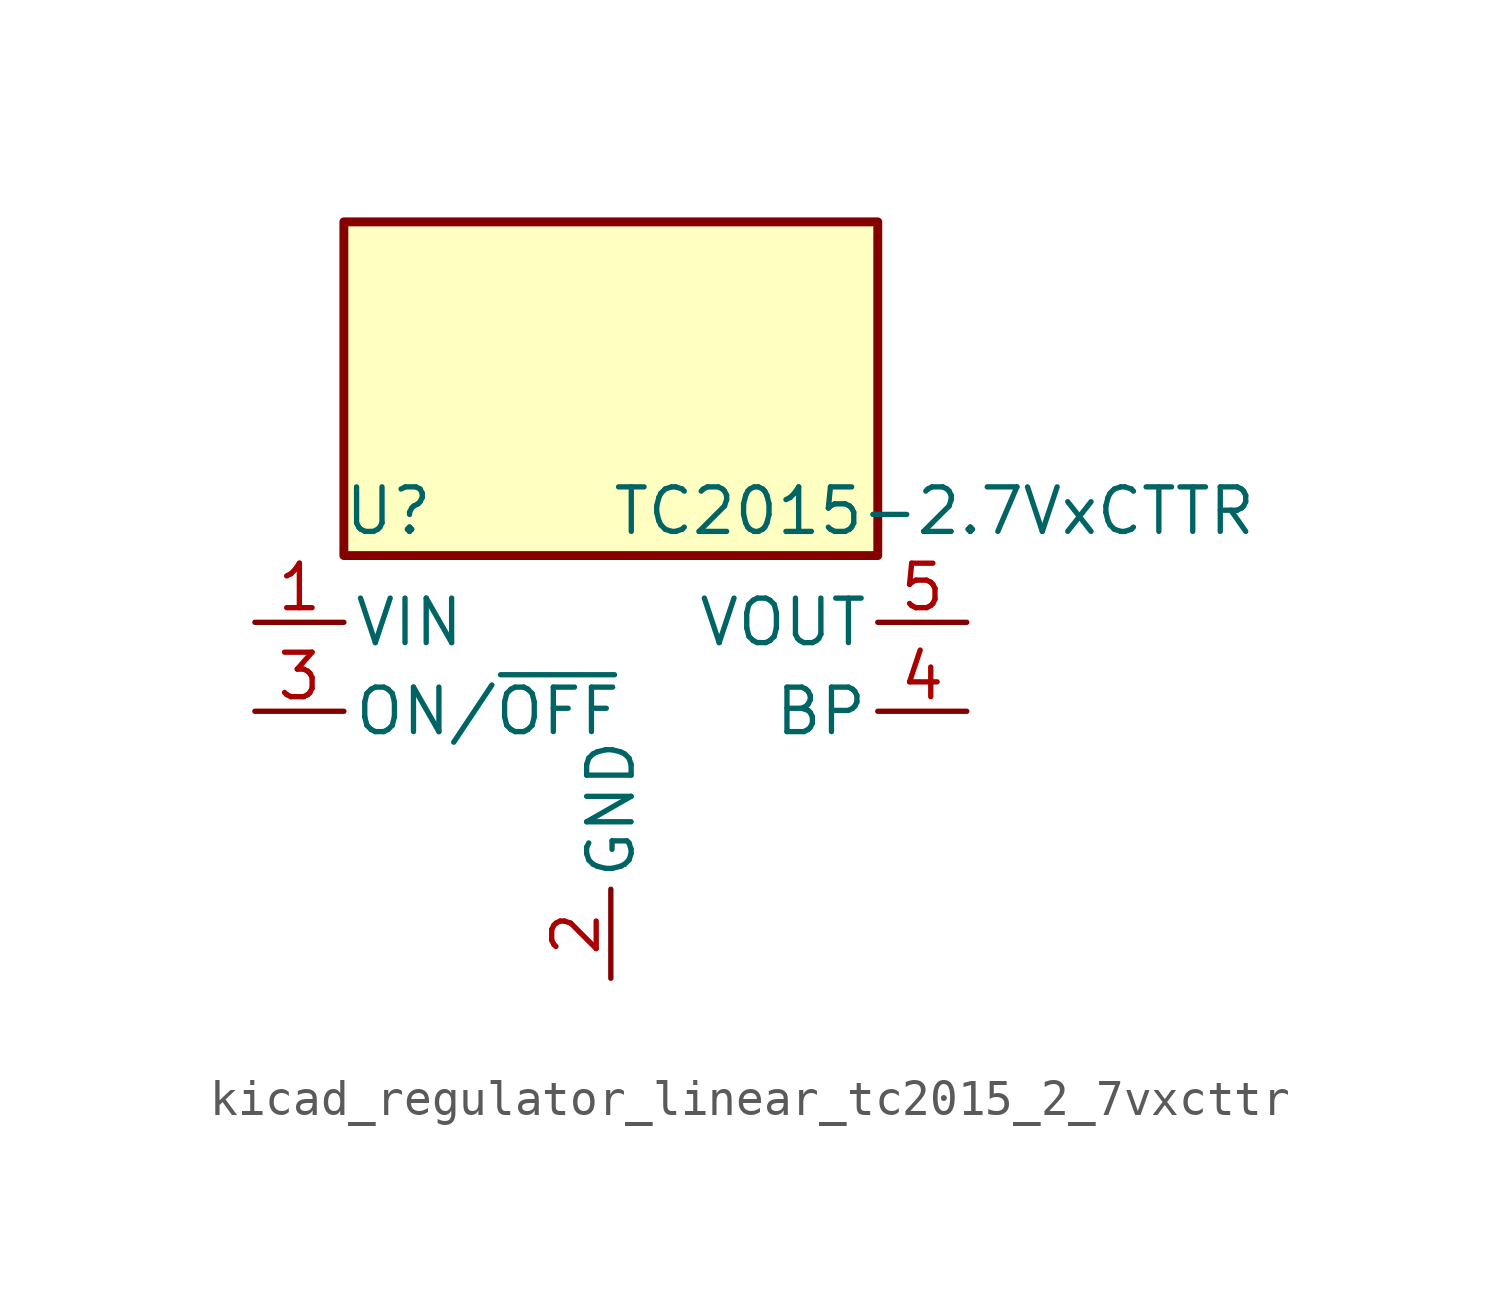
<source format=kicad_sym>
(kicad_symbol_lib
  (version 20220914)
  (generator kicad_symbol_editor)
  (symbol "kicad_regulator_linear_tc2015_2_7vxcttr"
    (pin_names
      (offset 0.254))
    (property "Reference" "U"
      (at -6.35 5.715 0)
      (effects (font (size 1.27 1.27))))
    (property "Value" "TC2015-2.7VxCTTR"
      (at 0 5.715 0)
      (effects (font (size 1.27 1.27)) (justify left)))
    (symbol "kicad_regulator_linear_tc2015_2_7vxcttr_0_1"
      (rectangle (start 7.62 13.97) (end -7.62 4.445) (stroke (width 0.254) (type default)) (fill (type background))))
    (symbol "kicad_regulator_linear_tc2015_2_7vxcttr_1_1"
      (pin power_in line (at -10.16 2.54 0) (length 2.54) (name "VIN" (effects (font (size 1.27 1.27)))) (number "1" (effects (font (size 1.27 1.27)))))
      (pin power_in line (at 0 -7.62 90) (length 2.54) (name "GND" (effects (font (size 1.27 1.27)))) (number "2" (effects (font (size 1.27 1.27)))))
      (pin input line (at -10.16 0 0) (length 2.54) (name "ON/~{OFF}" (effects (font (size 1.27 1.27)))) (number "3" (effects (font (size 1.27 1.27)))))
      (pin input line (at 10.16 0 180) (length 2.54) (name "BP" (effects (font (size 1.27 1.27)))) (number "4" (effects (font (size 1.27 1.27)))))
      (pin power_out line (at 10.16 2.54 180) (length 2.54) (name "VOUT" (effects (font (size 1.27 1.27)))) (number "5" (effects (font (size 1.27 1.27))))))))
</source>
